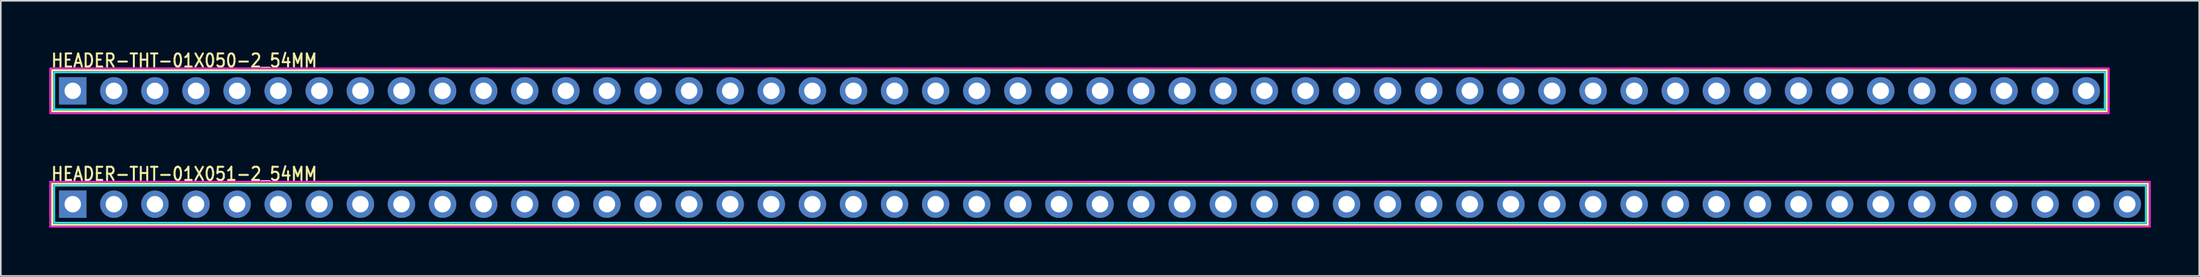
<source format=kicad_pcb>
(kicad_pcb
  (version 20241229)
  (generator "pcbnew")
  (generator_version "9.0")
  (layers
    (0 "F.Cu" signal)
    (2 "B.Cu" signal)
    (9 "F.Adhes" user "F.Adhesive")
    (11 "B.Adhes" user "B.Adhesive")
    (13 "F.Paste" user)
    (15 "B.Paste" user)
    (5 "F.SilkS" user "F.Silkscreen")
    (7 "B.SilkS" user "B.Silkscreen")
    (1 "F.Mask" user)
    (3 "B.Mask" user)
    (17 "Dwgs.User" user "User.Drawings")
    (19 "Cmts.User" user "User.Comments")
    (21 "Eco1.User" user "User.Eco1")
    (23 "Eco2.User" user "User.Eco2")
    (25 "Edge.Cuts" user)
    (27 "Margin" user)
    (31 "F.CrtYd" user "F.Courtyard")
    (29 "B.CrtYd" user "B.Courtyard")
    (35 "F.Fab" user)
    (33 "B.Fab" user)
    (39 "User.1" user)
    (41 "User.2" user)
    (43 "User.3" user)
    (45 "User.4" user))
  (footprint "HEADER-THT-01X051-2_54MM"
    (layer "F.Cu")
    (at 1.447 9.604)
    (property "Reference" "HEADER-THT-01X051-2_54MM" (at -1.4 -1.4 0) (unlocked yes) (layer "F.SilkS") (effects (font (size 0.813 0.695) (thickness 0.122)) (justify left bottom)))
    (fp_line (start -1.27 -1.27) (end -1.27 1.27) (stroke (width 0.127) (type solid)) (layer "F.SilkS"))
    (fp_line (start -1.27 1.27) (end 128.27 1.27) (stroke (width 0.127) (type solid)) (layer "F.SilkS"))
    (fp_line (start 128.27 -1.27) (end -1.27 -1.27) (stroke (width 0.127) (type solid)) (layer "F.SilkS"))
    (fp_line (start 128.27 1.27) (end 128.27 -1.27) (stroke (width 0.127) (type solid)) (layer "F.SilkS"))
    (fp_poly (pts (xy -1.143 -1.143) (xy 128.143 -1.143) (xy 128.143 1.143) (xy -1.143 1.143)) (stroke (width 0.1) (type solid)) (fill no) (layer "B.CrtYd"))
    (fp_poly (pts (xy -1.397 -1.397) (xy 128.397 -1.397) (xy 128.397 1.397) (xy -1.397 1.397)) (stroke (width 0.1) (type solid)) (fill no) (layer "F.CrtYd"))
    (pad "1" thru_hole rect (at 0 0) (size 1.693 1.693) (drill 1.016) (layers "*.Cu" "*.Mask"))
    (pad "2" thru_hole oval (at 2.54 0) (size 1.693 1.693) (drill 1.016) (layers "*.Cu" "*.Mask"))
    (pad "3" thru_hole oval (at 5.08 0) (size 1.693 1.693) (drill 1.016) (layers "*.Cu" "*.Mask"))
    (pad "4" thru_hole oval (at 7.62 0) (size 1.693 1.693) (drill 1.016) (layers "*.Cu" "*.Mask"))
    (pad "5" thru_hole oval (at 10.16 0) (size 1.693 1.693) (drill 1.016) (layers "*.Cu" "*.Mask"))
    (pad "6" thru_hole oval (at 12.7 0) (size 1.693 1.693) (drill 1.016) (layers "*.Cu" "*.Mask"))
    (pad "7" thru_hole oval (at 15.24 0) (size 1.693 1.693) (drill 1.016) (layers "*.Cu" "*.Mask"))
    (pad "8" thru_hole oval (at 17.78 0) (size 1.693 1.693) (drill 1.016) (layers "*.Cu" "*.Mask"))
    (pad "9" thru_hole oval (at 20.32 0) (size 1.693 1.693) (drill 1.016) (layers "*.Cu" "*.Mask"))
    (pad "10" thru_hole oval (at 22.86 0) (size 1.693 1.693) (drill 1.016) (layers "*.Cu" "*.Mask"))
    (pad "11" thru_hole oval (at 25.4 0) (size 1.693 1.693) (drill 1.016) (layers "*.Cu" "*.Mask"))
    (pad "12" thru_hole oval (at 27.94 0) (size 1.693 1.693) (drill 1.016) (layers "*.Cu" "*.Mask"))
    (pad "13" thru_hole oval (at 30.48 0) (size 1.693 1.693) (drill 1.016) (layers "*.Cu" "*.Mask"))
    (pad "14" thru_hole oval (at 33.02 0) (size 1.693 1.693) (drill 1.016) (layers "*.Cu" "*.Mask"))
    (pad "15" thru_hole oval (at 35.56 0) (size 1.693 1.693) (drill 1.016) (layers "*.Cu" "*.Mask"))
    (pad "16" thru_hole oval (at 38.1 0) (size 1.693 1.693) (drill 1.016) (layers "*.Cu" "*.Mask"))
    (pad "17" thru_hole oval (at 40.64 0) (size 1.693 1.693) (drill 1.016) (layers "*.Cu" "*.Mask"))
    (pad "18" thru_hole oval (at 43.18 0) (size 1.693 1.693) (drill 1.016) (layers "*.Cu" "*.Mask"))
    (pad "19" thru_hole oval (at 45.72 0) (size 1.693 1.693) (drill 1.016) (layers "*.Cu" "*.Mask"))
    (pad "20" thru_hole oval (at 48.26 0) (size 1.693 1.693) (drill 1.016) (layers "*.Cu" "*.Mask"))
    (pad "21" thru_hole oval (at 50.8 0) (size 1.693 1.693) (drill 1.016) (layers "*.Cu" "*.Mask"))
    (pad "22" thru_hole oval (at 53.34 0) (size 1.693 1.693) (drill 1.016) (layers "*.Cu" "*.Mask"))
    (pad "23" thru_hole oval (at 55.88 0) (size 1.693 1.693) (drill 1.016) (layers "*.Cu" "*.Mask"))
    (pad "24" thru_hole oval (at 58.42 0) (size 1.693 1.693) (drill 1.016) (layers "*.Cu" "*.Mask"))
    (pad "25" thru_hole oval (at 60.96 0) (size 1.693 1.693) (drill 1.016) (layers "*.Cu" "*.Mask"))
    (pad "26" thru_hole oval (at 63.5 0) (size 1.693 1.693) (drill 1.016) (layers "*.Cu" "*.Mask"))
    (pad "27" thru_hole oval (at 66.04 0) (size 1.693 1.693) (drill 1.016) (layers "*.Cu" "*.Mask"))
    (pad "28" thru_hole oval (at 68.58 0) (size 1.693 1.693) (drill 1.016) (layers "*.Cu" "*.Mask"))
    (pad "29" thru_hole oval (at 71.12 0) (size 1.693 1.693) (drill 1.016) (layers "*.Cu" "*.Mask"))
    (pad "30" thru_hole oval (at 73.66 0) (size 1.693 1.693) (drill 1.016) (layers "*.Cu" "*.Mask"))
    (pad "31" thru_hole oval (at 76.2 0) (size 1.693 1.693) (drill 1.016) (layers "*.Cu" "*.Mask"))
    (pad "32" thru_hole oval (at 78.74 0) (size 1.693 1.693) (drill 1.016) (layers "*.Cu" "*.Mask"))
    (pad "33" thru_hole oval (at 81.28 0) (size 1.693 1.693) (drill 1.016) (layers "*.Cu" "*.Mask"))
    (pad "34" thru_hole oval (at 83.82 0) (size 1.693 1.693) (drill 1.016) (layers "*.Cu" "*.Mask"))
    (pad "35" thru_hole oval (at 86.36 0) (size 1.693 1.693) (drill 1.016) (layers "*.Cu" "*.Mask"))
    (pad "36" thru_hole oval (at 88.9 0) (size 1.693 1.693) (drill 1.016) (layers "*.Cu" "*.Mask"))
    (pad "37" thru_hole oval (at 91.44 0) (size 1.693 1.693) (drill 1.016) (layers "*.Cu" "*.Mask"))
    (pad "38" thru_hole oval (at 93.98 0) (size 1.693 1.693) (drill 1.016) (layers "*.Cu" "*.Mask"))
    (pad "39" thru_hole oval (at 96.52 0) (size 1.693 1.693) (drill 1.016) (layers "*.Cu" "*.Mask"))
    (pad "40" thru_hole oval (at 99.06 0) (size 1.693 1.693) (drill 1.016) (layers "*.Cu" "*.Mask"))
    (pad "41" thru_hole oval (at 101.6 0) (size 1.693 1.693) (drill 1.016) (layers "*.Cu" "*.Mask"))
    (pad "42" thru_hole oval (at 104.14 0) (size 1.693 1.693) (drill 1.016) (layers "*.Cu" "*.Mask"))
    (pad "43" thru_hole oval (at 106.68 0) (size 1.693 1.693) (drill 1.016) (layers "*.Cu" "*.Mask"))
    (pad "44" thru_hole oval (at 109.22 0) (size 1.693 1.693) (drill 1.016) (layers "*.Cu" "*.Mask"))
    (pad "45" thru_hole oval (at 111.76 0) (size 1.693 1.693) (drill 1.016) (layers "*.Cu" "*.Mask"))
    (pad "46" thru_hole oval (at 114.3 0) (size 1.693 1.693) (drill 1.016) (layers "*.Cu" "*.Mask"))
    (pad "47" thru_hole oval (at 116.84 0) (size 1.693 1.693) (drill 1.016) (layers "*.Cu" "*.Mask"))
    (pad "48" thru_hole oval (at 119.38 0) (size 1.693 1.693) (drill 1.016) (layers "*.Cu" "*.Mask"))
    (pad "49" thru_hole oval (at 121.92 0) (size 1.693 1.693) (drill 1.016) (layers "*.Cu" "*.Mask"))
    (pad "50" thru_hole oval (at 124.46 0) (size 1.693 1.693) (drill 1.016) (layers "*.Cu" "*.Mask"))
    (pad "51" thru_hole oval (at 127 0) (size 1.693 1.693) (drill 1.016) (layers "*.Cu" "*.Mask")))
  (footprint "HEADER-THT-01X050-2_54MM"
    (layer "F.Cu")
    (at 1.447 2.579)
    (property "Reference" "HEADER-THT-01X050-2_54MM" (at -1.4 -1.4 0) (unlocked yes) (layer "F.SilkS") (effects (font (size 0.813 0.695) (thickness 0.122)) (justify left bottom)))
    (fp_line (start -1.27 -1.27) (end -1.27 1.27) (stroke (width 0.127) (type solid)) (layer "F.SilkS"))
    (fp_line (start -1.27 1.27) (end 125.73 1.27) (stroke (width 0.127) (type solid)) (layer "F.SilkS"))
    (fp_line (start 125.73 -1.27) (end -1.27 -1.27) (stroke (width 0.127) (type solid)) (layer "F.SilkS"))
    (fp_line (start 125.73 1.27) (end 125.73 -1.27) (stroke (width 0.127) (type solid)) (layer "F.SilkS"))
    (fp_poly (pts (xy -1.143 -1.143) (xy 125.603 -1.143) (xy 125.603 1.143) (xy -1.143 1.143)) (stroke (width 0.1) (type solid)) (fill no) (layer "B.CrtYd"))
    (fp_poly (pts (xy -1.397 -1.397) (xy 125.857 -1.397) (xy 125.857 1.397) (xy -1.397 1.397)) (stroke (width 0.1) (type solid)) (fill no) (layer "F.CrtYd"))
    (pad "1" thru_hole rect (at 0 0) (size 1.693 1.693) (drill 1.016) (layers "*.Cu" "*.Mask"))
    (pad "2" thru_hole oval (at 2.54 0) (size 1.693 1.693) (drill 1.016) (layers "*.Cu" "*.Mask"))
    (pad "3" thru_hole oval (at 5.08 0) (size 1.693 1.693) (drill 1.016) (layers "*.Cu" "*.Mask"))
    (pad "4" thru_hole oval (at 7.62 0) (size 1.693 1.693) (drill 1.016) (layers "*.Cu" "*.Mask"))
    (pad "5" thru_hole oval (at 10.16 0) (size 1.693 1.693) (drill 1.016) (layers "*.Cu" "*.Mask"))
    (pad "6" thru_hole oval (at 12.7 0) (size 1.693 1.693) (drill 1.016) (layers "*.Cu" "*.Mask"))
    (pad "7" thru_hole oval (at 15.24 0) (size 1.693 1.693) (drill 1.016) (layers "*.Cu" "*.Mask"))
    (pad "8" thru_hole oval (at 17.78 0) (size 1.693 1.693) (drill 1.016) (layers "*.Cu" "*.Mask"))
    (pad "9" thru_hole oval (at 20.32 0) (size 1.693 1.693) (drill 1.016) (layers "*.Cu" "*.Mask"))
    (pad "10" thru_hole oval (at 22.86 0) (size 1.693 1.693) (drill 1.016) (layers "*.Cu" "*.Mask"))
    (pad "11" thru_hole oval (at 25.4 0) (size 1.693 1.693) (drill 1.016) (layers "*.Cu" "*.Mask"))
    (pad "12" thru_hole oval (at 27.94 0) (size 1.693 1.693) (drill 1.016) (layers "*.Cu" "*.Mask"))
    (pad "13" thru_hole oval (at 30.48 0) (size 1.693 1.693) (drill 1.016) (layers "*.Cu" "*.Mask"))
    (pad "14" thru_hole oval (at 33.02 0) (size 1.693 1.693) (drill 1.016) (layers "*.Cu" "*.Mask"))
    (pad "15" thru_hole oval (at 35.56 0) (size 1.693 1.693) (drill 1.016) (layers "*.Cu" "*.Mask"))
    (pad "16" thru_hole oval (at 38.1 0) (size 1.693 1.693) (drill 1.016) (layers "*.Cu" "*.Mask"))
    (pad "17" thru_hole oval (at 40.64 0) (size 1.693 1.693) (drill 1.016) (layers "*.Cu" "*.Mask"))
    (pad "18" thru_hole oval (at 43.18 0) (size 1.693 1.693) (drill 1.016) (layers "*.Cu" "*.Mask"))
    (pad "19" thru_hole oval (at 45.72 0) (size 1.693 1.693) (drill 1.016) (layers "*.Cu" "*.Mask"))
    (pad "20" thru_hole oval (at 48.26 0) (size 1.693 1.693) (drill 1.016) (layers "*.Cu" "*.Mask"))
    (pad "21" thru_hole oval (at 50.8 0) (size 1.693 1.693) (drill 1.016) (layers "*.Cu" "*.Mask"))
    (pad "22" thru_hole oval (at 53.34 0) (size 1.693 1.693) (drill 1.016) (layers "*.Cu" "*.Mask"))
    (pad "23" thru_hole oval (at 55.88 0) (size 1.693 1.693) (drill 1.016) (layers "*.Cu" "*.Mask"))
    (pad "24" thru_hole oval (at 58.42 0) (size 1.693 1.693) (drill 1.016) (layers "*.Cu" "*.Mask"))
    (pad "25" thru_hole oval (at 60.96 0) (size 1.693 1.693) (drill 1.016) (layers "*.Cu" "*.Mask"))
    (pad "26" thru_hole oval (at 63.5 0) (size 1.693 1.693) (drill 1.016) (layers "*.Cu" "*.Mask"))
    (pad "27" thru_hole oval (at 66.04 0) (size 1.693 1.693) (drill 1.016) (layers "*.Cu" "*.Mask"))
    (pad "28" thru_hole oval (at 68.58 0) (size 1.693 1.693) (drill 1.016) (layers "*.Cu" "*.Mask"))
    (pad "29" thru_hole oval (at 71.12 0) (size 1.693 1.693) (drill 1.016) (layers "*.Cu" "*.Mask"))
    (pad "30" thru_hole oval (at 73.66 0) (size 1.693 1.693) (drill 1.016) (layers "*.Cu" "*.Mask"))
    (pad "31" thru_hole oval (at 76.2 0) (size 1.693 1.693) (drill 1.016) (layers "*.Cu" "*.Mask"))
    (pad "32" thru_hole oval (at 78.74 0) (size 1.693 1.693) (drill 1.016) (layers "*.Cu" "*.Mask"))
    (pad "33" thru_hole oval (at 81.28 0) (size 1.693 1.693) (drill 1.016) (layers "*.Cu" "*.Mask"))
    (pad "34" thru_hole oval (at 83.82 0) (size 1.693 1.693) (drill 1.016) (layers "*.Cu" "*.Mask"))
    (pad "35" thru_hole oval (at 86.36 0) (size 1.693 1.693) (drill 1.016) (layers "*.Cu" "*.Mask"))
    (pad "36" thru_hole oval (at 88.9 0) (size 1.693 1.693) (drill 1.016) (layers "*.Cu" "*.Mask"))
    (pad "37" thru_hole oval (at 91.44 0) (size 1.693 1.693) (drill 1.016) (layers "*.Cu" "*.Mask"))
    (pad "38" thru_hole oval (at 93.98 0) (size 1.693 1.693) (drill 1.016) (layers "*.Cu" "*.Mask"))
    (pad "39" thru_hole oval (at 96.52 0) (size 1.693 1.693) (drill 1.016) (layers "*.Cu" "*.Mask"))
    (pad "40" thru_hole oval (at 99.06 0) (size 1.693 1.693) (drill 1.016) (layers "*.Cu" "*.Mask"))
    (pad "41" thru_hole oval (at 101.6 0) (size 1.693 1.693) (drill 1.016) (layers "*.Cu" "*.Mask"))
    (pad "42" thru_hole oval (at 104.14 0) (size 1.693 1.693) (drill 1.016) (layers "*.Cu" "*.Mask"))
    (pad "43" thru_hole oval (at 106.68 0) (size 1.693 1.693) (drill 1.016) (layers "*.Cu" "*.Mask"))
    (pad "44" thru_hole oval (at 109.22 0) (size 1.693 1.693) (drill 1.016) (layers "*.Cu" "*.Mask"))
    (pad "45" thru_hole oval (at 111.76 0) (size 1.693 1.693) (drill 1.016) (layers "*.Cu" "*.Mask"))
    (pad "46" thru_hole oval (at 114.3 0) (size 1.693 1.693) (drill 1.016) (layers "*.Cu" "*.Mask"))
    (pad "47" thru_hole oval (at 116.84 0) (size 1.693 1.693) (drill 1.016) (layers "*.Cu" "*.Mask"))
    (pad "48" thru_hole oval (at 119.38 0) (size 1.693 1.693) (drill 1.016) (layers "*.Cu" "*.Mask"))
    (pad "49" thru_hole oval (at 121.92 0) (size 1.693 1.693) (drill 1.016) (layers "*.Cu" "*.Mask"))
    (pad "50" thru_hole oval (at 124.46 0) (size 1.693 1.693) (drill 1.016) (layers "*.Cu" "*.Mask")))
  (gr_rect
    (start -3 -3)
    (end 132.894 14.051)
    (stroke (width 0.1) (type default))
    (fill no)
    (layer "Edge.Cuts")))
</source>
